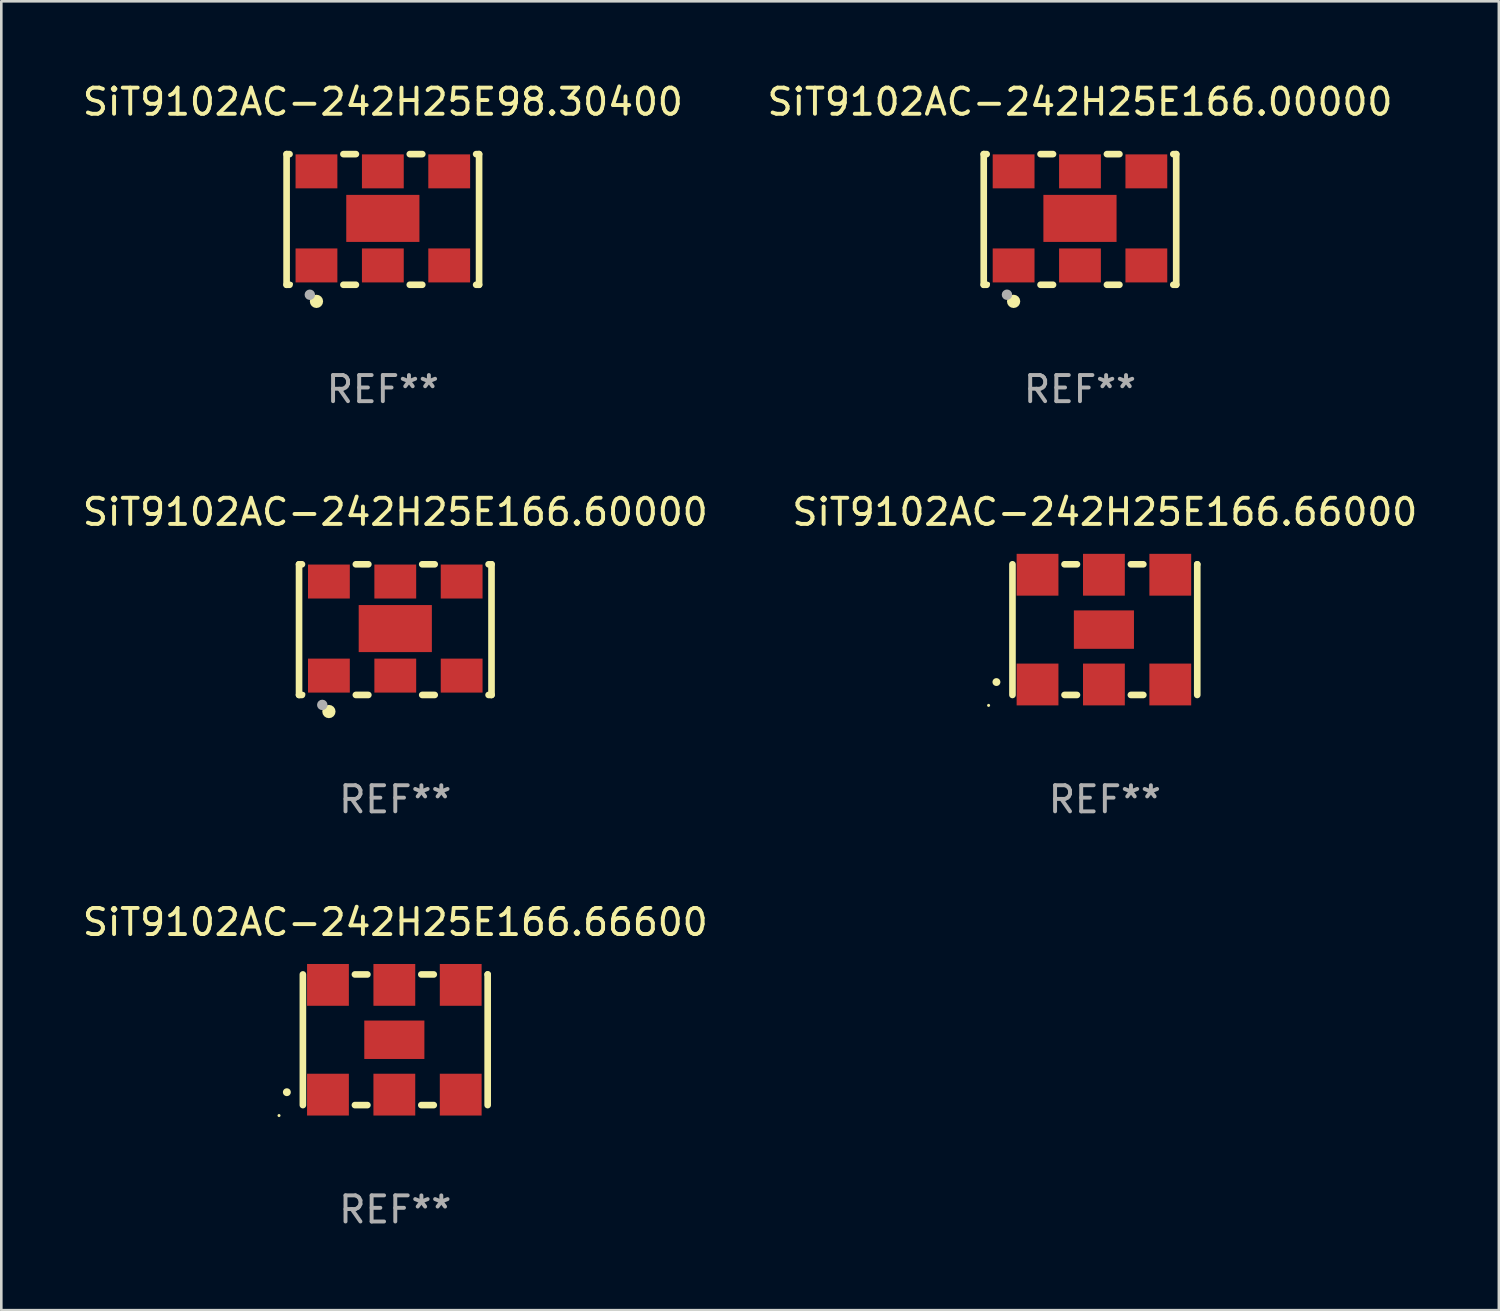
<source format=kicad_pcb>
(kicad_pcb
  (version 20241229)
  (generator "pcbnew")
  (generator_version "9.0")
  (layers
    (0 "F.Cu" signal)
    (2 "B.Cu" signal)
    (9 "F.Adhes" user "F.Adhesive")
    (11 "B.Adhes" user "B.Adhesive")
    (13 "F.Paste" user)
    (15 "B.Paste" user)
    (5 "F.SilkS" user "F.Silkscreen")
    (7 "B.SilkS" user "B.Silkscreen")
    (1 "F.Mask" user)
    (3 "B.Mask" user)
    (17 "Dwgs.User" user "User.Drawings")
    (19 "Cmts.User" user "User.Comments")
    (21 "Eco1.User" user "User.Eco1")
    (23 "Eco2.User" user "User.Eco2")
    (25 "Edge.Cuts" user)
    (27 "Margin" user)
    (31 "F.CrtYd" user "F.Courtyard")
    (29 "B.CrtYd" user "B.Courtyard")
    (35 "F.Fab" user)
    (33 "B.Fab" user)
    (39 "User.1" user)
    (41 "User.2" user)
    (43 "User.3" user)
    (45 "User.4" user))
  (footprint "SiT9102AC-242H25E166.66000"
    (layer "F.Cu")
    (at 39.232 21.045)
    (property "Reference" "SiT9102AC-242H25E166.66000" (at 0 -4.5 0) (layer "F.SilkS") (effects (font (size 1 1) (thickness 0.15))))
    (attr through_hole)
    (fp_line (start -3.536 -2.5) (end -3.536 2.5) (stroke (width 0.254) (type solid)) (layer "F.SilkS"))
    (fp_line (start -1.544 2.5) (end -1.067 2.5) (stroke (width 0.254) (type solid)) (layer "F.SilkS"))
    (fp_line (start -1.067 -2.5) (end -1.544 -2.5) (stroke (width 0.254) (type solid)) (layer "F.SilkS"))
    (fp_line (start 0.996 2.5) (end 1.473 2.5) (stroke (width 0.254) (type solid)) (layer "F.SilkS"))
    (fp_line (start 1.473 -2.5) (end 0.996 -2.5) (stroke (width 0.254) (type solid)) (layer "F.SilkS"))
    (fp_line (start 3.536 -2.5) (end 3.536 -2.5) (stroke (width 0.254) (type solid)) (layer "F.SilkS"))
    (fp_line (start 3.536 2.5) (end 3.536 -2.5) (stroke (width 0.254) (type solid)) (layer "F.SilkS"))
    (fp_arc (start -4.150432 2.006604) (mid -4.149162 2.006599) (end -4.147892 2.006604) (stroke (width 0.3) (type solid)) (layer "F.SilkS"))
    (fp_circle (center -4.449 2.9) (end -4.419 2.9) (stroke (width 0.06) (type solid)) (fill no) (layer "F.SilkS"))
    (fp_text user "REF**" (at 0 6.5 0) (layer "F.Fab") (effects (font (size 1 1) (thickness 0.15))))
    (pad "1" smd rect (at -2.576 2.1) (size 1.6 1.6) (layers "F.Cu" "F.Mask" "F.Paste"))
    (pad "2" smd rect (at -0.036 2.1) (size 1.6 1.6) (layers "F.Cu" "F.Mask" "F.Paste"))
    (pad "3" smd rect (at 2.504 2.1) (size 1.6 1.6) (layers "F.Cu" "F.Mask" "F.Paste"))
    (pad "4" smd rect (at 2.504 -2.1) (size 1.6 1.6) (layers "F.Cu" "F.Mask" "F.Paste"))
    (pad "5" smd rect (at -0.036 -2.1) (size 1.6 1.6) (layers "F.Cu" "F.Mask" "F.Paste"))
    (pad "6" smd rect (at -2.576 -2.1) (size 1.6 1.6) (layers "F.Cu" "F.Mask" "F.Paste"))
    (pad "7" smd rect (at -0.036 0) (size 2.3 1.47) (layers "F.Cu" "F.Mask" "F.Paste")))
  (footprint "SiT9102AC-242H25E166.66600"
    (layer "F.Cu")
    (at 12.077 36.741)
    (property "Reference" "SiT9102AC-242H25E166.66600" (at 0 -4.5 0) (layer "F.SilkS") (effects (font (size 1 1) (thickness 0.15))))
    (attr through_hole)
    (fp_line (start -3.536 -2.5) (end -3.536 2.5) (stroke (width 0.254) (type solid)) (layer "F.SilkS"))
    (fp_line (start -1.544 2.5) (end -1.067 2.5) (stroke (width 0.254) (type solid)) (layer "F.SilkS"))
    (fp_line (start -1.067 -2.5) (end -1.544 -2.5) (stroke (width 0.254) (type solid)) (layer "F.SilkS"))
    (fp_line (start 0.996 2.5) (end 1.473 2.5) (stroke (width 0.254) (type solid)) (layer "F.SilkS"))
    (fp_line (start 1.473 -2.5) (end 0.996 -2.5) (stroke (width 0.254) (type solid)) (layer "F.SilkS"))
    (fp_line (start 3.536 -2.5) (end 3.536 -2.5) (stroke (width 0.254) (type solid)) (layer "F.SilkS"))
    (fp_line (start 3.536 2.5) (end 3.536 -2.5) (stroke (width 0.254) (type solid)) (layer "F.SilkS"))
    (fp_arc (start -4.150432 2.006604) (mid -4.149162 2.006599) (end -4.147892 2.006604) (stroke (width 0.3) (type solid)) (layer "F.SilkS"))
    (fp_circle (center -4.449 2.9) (end -4.419 2.9) (stroke (width 0.06) (type solid)) (fill no) (layer "F.SilkS"))
    (fp_text user "REF**" (at 0 6.5 0) (layer "F.Fab") (effects (font (size 1 1) (thickness 0.15))))
    (pad "1" smd rect (at -2.576 2.1) (size 1.6 1.6) (layers "F.Cu" "F.Mask" "F.Paste"))
    (pad "2" smd rect (at -0.036 2.1) (size 1.6 1.6) (layers "F.Cu" "F.Mask" "F.Paste"))
    (pad "3" smd rect (at 2.504 2.1) (size 1.6 1.6) (layers "F.Cu" "F.Mask" "F.Paste"))
    (pad "4" smd rect (at 2.504 -2.1) (size 1.6 1.6) (layers "F.Cu" "F.Mask" "F.Paste"))
    (pad "5" smd rect (at -0.036 -2.1) (size 1.6 1.6) (layers "F.Cu" "F.Mask" "F.Paste"))
    (pad "6" smd rect (at -2.576 -2.1) (size 1.6 1.6) (layers "F.Cu" "F.Mask" "F.Paste"))
    (pad "7" smd rect (at -0.036 0) (size 2.3 1.47) (layers "F.Cu" "F.Mask" "F.Paste")))
  (footprint "SiT9102AC-242H25E98.30400"
    (layer "F.Cu")
    (at 11.601 5.348)
    (property "Reference" "SiT9102AC-242H25E98.30400" (at 0 -4.5 0) (layer "F.SilkS") (effects (font (size 1 1) (thickness 0.15))))
    (attr through_hole)
    (fp_line (start -3.683 -2.5) (end -3.571 -2.5) (stroke (width 0.254) (type solid)) (layer "F.SilkS"))
    (fp_line (start -3.683 2.5) (end -3.683 -2.5) (stroke (width 0.254) (type solid)) (layer "F.SilkS"))
    (fp_line (start -3.683 2.5) (end -3.571 2.5) (stroke (width 0.254) (type solid)) (layer "F.SilkS"))
    (fp_line (start -1.509 -2.5) (end -1.031 -2.5) (stroke (width 0.254) (type solid)) (layer "F.SilkS"))
    (fp_line (start -1.509 2.5) (end -1.031 2.5) (stroke (width 0.254) (type solid)) (layer "F.SilkS"))
    (fp_line (start 1.031 -2.5) (end 1.509 -2.5) (stroke (width 0.254) (type solid)) (layer "F.SilkS"))
    (fp_line (start 1.031 2.5) (end 1.509 2.5) (stroke (width 0.254) (type solid)) (layer "F.SilkS"))
    (fp_line (start 3.571 -2.5) (end 3.683 -2.5) (stroke (width 0.254) (type solid)) (layer "F.SilkS"))
    (fp_line (start 3.571 2.5) (end 3.683 2.5) (stroke (width 0.254) (type solid)) (layer "F.SilkS"))
    (fp_line (start 3.683 2.5) (end 3.683 -2.5) (stroke (width 0.254) (type solid)) (layer "F.SilkS"))
    (fp_circle (center -3.5 2.46) (end -3.47 2.46) (stroke (width 0.06) (type solid)) (fill no) (layer "F.SilkS"))
    (fp_circle (center -2.54 3.135) (end -2.413 3.135) (stroke (width 0.254) (type solid)) (fill no) (layer "F.SilkS"))
    (fp_circle (center -2.794 2.881) (end -2.694 2.881) (stroke (width 0.2) (type solid)) (fill no) (layer "F.Fab"))
    (fp_text user "REF**" (at 0 6.5 0) (layer "F.Fab") (effects (font (size 1 1) (thickness 0.15))))
    (pad "1" smd rect (at -2.54 1.76) (size 1.6 1.3) (layers "F.Cu" "F.Mask" "F.Paste"))
    (pad "2" smd rect (at 0 1.76) (size 1.6 1.3) (layers "F.Cu" "F.Mask" "F.Paste"))
    (pad "3" smd rect (at 2.54 1.76) (size 1.6 1.3) (layers "F.Cu" "F.Mask" "F.Paste"))
    (pad "4" smd rect (at 2.54 -1.84) (size 1.6 1.3) (layers "F.Cu" "F.Mask" "F.Paste"))
    (pad "5" smd rect (at 0 -1.84) (size 1.6 1.3) (layers "F.Cu" "F.Mask" "F.Paste"))
    (pad "6" smd rect (at -2.54 -1.84) (size 1.6 1.3) (layers "F.Cu" "F.Mask" "F.Paste"))
    (pad "7" smd rect (at 0 -0.04) (size 2.8 1.8) (layers "F.Cu" "F.Mask" "F.Paste")))
  (footprint "SiT9102AC-242H25E166.60000"
    (layer "F.Cu")
    (at 12.077 21.045)
    (property "Reference" "SiT9102AC-242H25E166.60000" (at 0 -4.5 0) (layer "F.SilkS") (effects (font (size 1 1) (thickness 0.15))))
    (attr through_hole)
    (fp_line (start -3.683 -2.5) (end -3.571 -2.5) (stroke (width 0.254) (type solid)) (layer "F.SilkS"))
    (fp_line (start -3.683 2.5) (end -3.683 -2.5) (stroke (width 0.254) (type solid)) (layer "F.SilkS"))
    (fp_line (start -3.683 2.5) (end -3.571 2.5) (stroke (width 0.254) (type solid)) (layer "F.SilkS"))
    (fp_line (start -1.509 -2.5) (end -1.031 -2.5) (stroke (width 0.254) (type solid)) (layer "F.SilkS"))
    (fp_line (start -1.509 2.5) (end -1.031 2.5) (stroke (width 0.254) (type solid)) (layer "F.SilkS"))
    (fp_line (start 1.031 -2.5) (end 1.509 -2.5) (stroke (width 0.254) (type solid)) (layer "F.SilkS"))
    (fp_line (start 1.031 2.5) (end 1.509 2.5) (stroke (width 0.254) (type solid)) (layer "F.SilkS"))
    (fp_line (start 3.571 -2.5) (end 3.683 -2.5) (stroke (width 0.254) (type solid)) (layer "F.SilkS"))
    (fp_line (start 3.571 2.5) (end 3.683 2.5) (stroke (width 0.254) (type solid)) (layer "F.SilkS"))
    (fp_line (start 3.683 2.5) (end 3.683 -2.5) (stroke (width 0.254) (type solid)) (layer "F.SilkS"))
    (fp_circle (center -3.5 2.46) (end -3.47 2.46) (stroke (width 0.06) (type solid)) (fill no) (layer "F.SilkS"))
    (fp_circle (center -2.54 3.135) (end -2.413 3.135) (stroke (width 0.254) (type solid)) (fill no) (layer "F.SilkS"))
    (fp_circle (center -2.794 2.881) (end -2.694 2.881) (stroke (width 0.2) (type solid)) (fill no) (layer "F.Fab"))
    (fp_text user "REF**" (at 0 6.5 0) (layer "F.Fab") (effects (font (size 1 1) (thickness 0.15))))
    (pad "1" smd rect (at -2.54 1.76) (size 1.6 1.3) (layers "F.Cu" "F.Mask" "F.Paste"))
    (pad "2" smd rect (at 0 1.76) (size 1.6 1.3) (layers "F.Cu" "F.Mask" "F.Paste"))
    (pad "3" smd rect (at 2.54 1.76) (size 1.6 1.3) (layers "F.Cu" "F.Mask" "F.Paste"))
    (pad "4" smd rect (at 2.54 -1.84) (size 1.6 1.3) (layers "F.Cu" "F.Mask" "F.Paste"))
    (pad "5" smd rect (at 0 -1.84) (size 1.6 1.3) (layers "F.Cu" "F.Mask" "F.Paste"))
    (pad "6" smd rect (at -2.54 -1.84) (size 1.6 1.3) (layers "F.Cu" "F.Mask" "F.Paste"))
    (pad "7" smd rect (at 0 -0.04) (size 2.8 1.8) (layers "F.Cu" "F.Mask" "F.Paste")))
  (footprint "SiT9102AC-242H25E166.00000"
    (layer "F.Cu")
    (at 38.28 5.348)
    (property "Reference" "SiT9102AC-242H25E166.00000" (at 0 -4.5 0) (layer "F.SilkS") (effects (font (size 1 1) (thickness 0.15))))
    (attr through_hole)
    (fp_line (start -3.683 -2.5) (end -3.571 -2.5) (stroke (width 0.254) (type solid)) (layer "F.SilkS"))
    (fp_line (start -3.683 2.5) (end -3.683 -2.5) (stroke (width 0.254) (type solid)) (layer "F.SilkS"))
    (fp_line (start -3.683 2.5) (end -3.571 2.5) (stroke (width 0.254) (type solid)) (layer "F.SilkS"))
    (fp_line (start -1.509 -2.5) (end -1.031 -2.5) (stroke (width 0.254) (type solid)) (layer "F.SilkS"))
    (fp_line (start -1.509 2.5) (end -1.031 2.5) (stroke (width 0.254) (type solid)) (layer "F.SilkS"))
    (fp_line (start 1.031 -2.5) (end 1.509 -2.5) (stroke (width 0.254) (type solid)) (layer "F.SilkS"))
    (fp_line (start 1.031 2.5) (end 1.509 2.5) (stroke (width 0.254) (type solid)) (layer "F.SilkS"))
    (fp_line (start 3.571 -2.5) (end 3.683 -2.5) (stroke (width 0.254) (type solid)) (layer "F.SilkS"))
    (fp_line (start 3.571 2.5) (end 3.683 2.5) (stroke (width 0.254) (type solid)) (layer "F.SilkS"))
    (fp_line (start 3.683 2.5) (end 3.683 -2.5) (stroke (width 0.254) (type solid)) (layer "F.SilkS"))
    (fp_circle (center -3.5 2.46) (end -3.47 2.46) (stroke (width 0.06) (type solid)) (fill no) (layer "F.SilkS"))
    (fp_circle (center -2.54 3.135) (end -2.413 3.135) (stroke (width 0.254) (type solid)) (fill no) (layer "F.SilkS"))
    (fp_circle (center -2.794 2.881) (end -2.694 2.881) (stroke (width 0.2) (type solid)) (fill no) (layer "F.Fab"))
    (fp_text user "REF**" (at 0 6.5 0) (layer "F.Fab") (effects (font (size 1 1) (thickness 0.15))))
    (pad "1" smd rect (at -2.54 1.76) (size 1.6 1.3) (layers "F.Cu" "F.Mask" "F.Paste"))
    (pad "2" smd rect (at 0 1.76) (size 1.6 1.3) (layers "F.Cu" "F.Mask" "F.Paste"))
    (pad "3" smd rect (at 2.54 1.76) (size 1.6 1.3) (layers "F.Cu" "F.Mask" "F.Paste"))
    (pad "4" smd rect (at 2.54 -1.84) (size 1.6 1.3) (layers "F.Cu" "F.Mask" "F.Paste"))
    (pad "5" smd rect (at 0 -1.84) (size 1.6 1.3) (layers "F.Cu" "F.Mask" "F.Paste"))
    (pad "6" smd rect (at -2.54 -1.84) (size 1.6 1.3) (layers "F.Cu" "F.Mask" "F.Paste"))
    (pad "7" smd rect (at 0 -0.04) (size 2.8 1.8) (layers "F.Cu" "F.Mask" "F.Paste")))
  (gr_rect
    (start -3 -3)
    (end 54.31 47.09)
    (stroke (width 0.1) (type default))
    (fill no)
    (layer "Edge.Cuts")))
</source>
